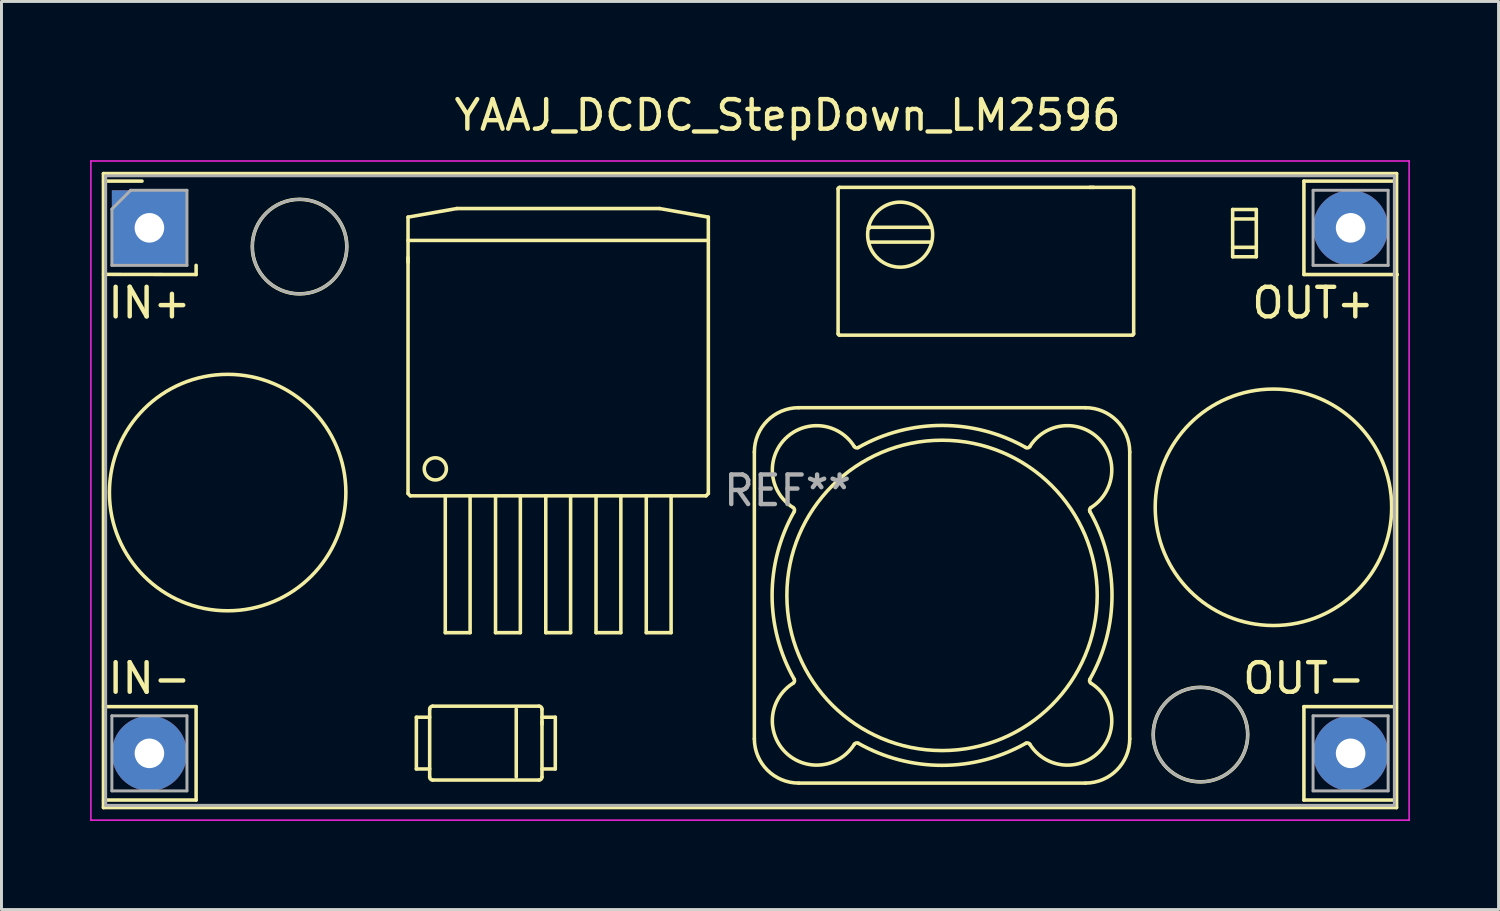
<source format=kicad_pcb>
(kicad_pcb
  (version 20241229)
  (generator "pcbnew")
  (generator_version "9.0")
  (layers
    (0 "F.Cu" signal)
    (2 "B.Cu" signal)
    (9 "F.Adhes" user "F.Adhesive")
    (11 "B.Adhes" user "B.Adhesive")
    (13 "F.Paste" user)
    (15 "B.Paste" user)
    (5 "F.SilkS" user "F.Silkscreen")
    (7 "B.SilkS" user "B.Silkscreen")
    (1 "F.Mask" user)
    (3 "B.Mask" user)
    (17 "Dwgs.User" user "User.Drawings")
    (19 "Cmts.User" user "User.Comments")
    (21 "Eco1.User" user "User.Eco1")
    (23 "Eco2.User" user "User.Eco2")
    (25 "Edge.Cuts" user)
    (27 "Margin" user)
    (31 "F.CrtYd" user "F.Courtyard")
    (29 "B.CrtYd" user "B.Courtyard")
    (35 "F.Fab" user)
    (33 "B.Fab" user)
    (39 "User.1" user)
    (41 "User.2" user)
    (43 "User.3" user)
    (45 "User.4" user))
  (footprint "YAAJ_DCDC_StepDown_LM2596"
    (layer "F.Cu")
    (at 2.005 4.658)
    (property "Reference" "YAAJ_DCDC_StepDown_LM2596" (at 21.59 -3.81 0) (layer "F.SilkS") (effects (font (size 1 1) (thickness 0.15))))
    (attr through_hole)
    (fp_line (start -1.555 -1.835) (end -1.555 19.615) (stroke (width 0.12) (type solid)) (layer "F.SilkS"))
    (fp_line (start -1.555 19.615) (end 42.195 19.615) (stroke (width 0.12) (type solid)) (layer "F.SilkS"))
    (fp_line (start -1.55 -1.58) (end -0.25 -1.58) (stroke (width 0.12) (type solid)) (layer "F.SilkS"))
    (fp_line (start -1.55 1.575) (end 1.58 1.58) (stroke (width 0.12) (type solid)) (layer "F.SilkS"))
    (fp_line (start -1.55 16.2) (end 1.58 16.2) (stroke (width 0.12) (type solid)) (layer "F.SilkS"))
    (fp_line (start -1.55 19.36) (end 1.58 19.36) (stroke (width 0.12) (type solid)) (layer "F.SilkS"))
    (fp_line (start 1.58 1.27) (end 1.58 1.58) (stroke (width 0.12) (type solid)) (layer "F.SilkS"))
    (fp_line (start 1.58 16.2) (end 1.58 19.36) (stroke (width 0.12) (type solid)) (layer "F.SilkS"))
    (fp_line (start 8.749 1.004) (end 8.749 1.166) (stroke (width 0.12) (type solid)) (layer "F.SilkS"))
    (fp_line (start 8.75 -0.362) (end 10.4 -0.653) (stroke (width 0.12) (type solid)) (layer "F.SilkS"))
    (fp_line (start 8.75 8.989) (end 8.75 -0.362) (stroke (width 0.12) (type solid)) (layer "F.SilkS"))
    (fp_line (start 8.75 8.989) (end 8.828 9.067) (stroke (width 0.12) (type solid)) (layer "F.SilkS"))
    (fp_line (start 8.828 9.067) (end 18.833 9.067) (stroke (width 0.12) (type solid)) (layer "F.SilkS"))
    (fp_line (start 9.032 16.558) (end 9.482 16.558) (stroke (width 0.12) (type solid)) (layer "F.SilkS"))
    (fp_line (start 9.032 18.308) (end 9.032 16.558) (stroke (width 0.12) (type solid)) (layer "F.SilkS"))
    (fp_line (start 9.482 18.308) (end 9.032 18.308) (stroke (width 0.12) (type solid)) (layer "F.SilkS"))
    (fp_line (start 9.482 18.583) (end 9.482 16.283) (stroke (width 0.12) (type solid)) (layer "F.SilkS"))
    (fp_line (start 9.582 16.183) (end 13.182 16.183) (stroke (width 0.12) (type solid)) (layer "F.SilkS"))
    (fp_line (start 10.01 13.697) (end 10.01 9.067) (stroke (width 0.12) (type solid)) (layer "F.SilkS"))
    (fp_line (start 10.01 13.697) (end 10.85 13.697) (stroke (width 0.12) (type solid)) (layer "F.SilkS"))
    (fp_line (start 10.4 -0.653) (end 17.26 -0.653) (stroke (width 0.12) (type solid)) (layer "F.SilkS"))
    (fp_line (start 10.85 13.697) (end 10.85 9.067) (stroke (width 0.12) (type solid)) (layer "F.SilkS"))
    (fp_line (start 11.71 13.697) (end 11.71 9.067) (stroke (width 0.12) (type solid)) (layer "F.SilkS"))
    (fp_line (start 11.71 13.697) (end 12.55 13.697) (stroke (width 0.12) (type solid)) (layer "F.SilkS"))
    (fp_line (start 12.411 16.283) (end 12.411 18.583) (stroke (width 0.12) (type solid)) (layer "F.SilkS"))
    (fp_line (start 12.55 13.697) (end 12.55 9.067) (stroke (width 0.12) (type solid)) (layer "F.SilkS"))
    (fp_line (start 13.182 18.683) (end 9.582 18.683) (stroke (width 0.12) (type solid)) (layer "F.SilkS"))
    (fp_line (start 13.282 16.283) (end 13.282 18.583) (stroke (width 0.12) (type solid)) (layer "F.SilkS"))
    (fp_line (start 13.282 16.558) (end 13.732 16.558) (stroke (width 0.12) (type solid)) (layer "F.SilkS"))
    (fp_line (start 13.283 16.795) (end 13.283 16.7) (stroke (width 0.12) (type solid)) (layer "F.SilkS"))
    (fp_line (start 13.41 13.697) (end 13.41 9.067) (stroke (width 0.12) (type solid)) (layer "F.SilkS"))
    (fp_line (start 13.41 13.697) (end 14.25 13.697) (stroke (width 0.12) (type solid)) (layer "F.SilkS"))
    (fp_line (start 13.732 16.558) (end 13.732 18.308) (stroke (width 0.12) (type solid)) (layer "F.SilkS"))
    (fp_line (start 13.732 18.308) (end 13.282 18.308) (stroke (width 0.12) (type solid)) (layer "F.SilkS"))
    (fp_line (start 14.25 13.697) (end 14.25 9.067) (stroke (width 0.12) (type solid)) (layer "F.SilkS"))
    (fp_line (start 15.11 13.697) (end 15.11 9.067) (stroke (width 0.12) (type solid)) (layer "F.SilkS"))
    (fp_line (start 15.11 13.697) (end 15.95 13.697) (stroke (width 0.12) (type solid)) (layer "F.SilkS"))
    (fp_line (start 15.95 13.697) (end 15.95 9.067) (stroke (width 0.12) (type solid)) (layer "F.SilkS"))
    (fp_line (start 16.81 13.697) (end 16.81 9.067) (stroke (width 0.12) (type solid)) (layer "F.SilkS"))
    (fp_line (start 16.81 13.697) (end 17.65 13.697) (stroke (width 0.12) (type solid)) (layer "F.SilkS"))
    (fp_line (start 17.26 -0.653) (end 18.91 -0.362) (stroke (width 0.12) (type solid)) (layer "F.SilkS"))
    (fp_line (start 17.65 13.697) (end 17.65 9.067) (stroke (width 0.12) (type solid)) (layer "F.SilkS"))
    (fp_line (start 18.833 9.067) (end 18.91 8.989) (stroke (width 0.12) (type solid)) (layer "F.SilkS"))
    (fp_line (start 18.91 0.427) (end 8.75 0.427) (stroke (width 0.12) (type solid)) (layer "F.SilkS"))
    (fp_line (start 18.91 8.989) (end 18.91 -0.362) (stroke (width 0.12) (type solid)) (layer "F.SilkS"))
    (fp_line (start 20.467 7.586) (end 20.467 17.286) (stroke (width 0.12) (type solid)) (layer "F.SilkS"))
    (fp_line (start 21.967 18.786) (end 31.667 18.786) (stroke (width 0.12) (type solid)) (layer "F.SilkS"))
    (fp_line (start 23.3 3.582) (end 23.3 -1.318) (stroke (width 0.12) (type solid)) (layer "F.SilkS"))
    (fp_line (start 23.35 -1.368) (end 33.25 -1.368) (stroke (width 0.12) (type solid)) (layer "F.SilkS"))
    (fp_line (start 24.336 -0.049) (end 24.361 -0.018) (stroke (width 0.12) (type solid)) (layer "F.SilkS"))
    (fp_line (start 24.349 0.007) (end 24.324 0.002) (stroke (width 0.12) (type solid)) (layer "F.SilkS"))
    (fp_line (start 24.349 0.007) (end 24.356 -0.024) (stroke (width 0.12) (type solid)) (layer "F.SilkS"))
    (fp_line (start 24.349 0.007) (end 24.361 -0.018) (stroke (width 0.12) (type solid)) (layer "F.SilkS"))
    (fp_line (start 24.361 0.482) (end 26.439 0.482) (stroke (width 0.12) (type solid)) (layer "F.SilkS"))
    (fp_line (start 26.439 -0.018) (end 24.361 -0.018) (stroke (width 0.12) (type solid)) (layer "F.SilkS"))
    (fp_line (start 31.667 6.086) (end 21.967 6.086) (stroke (width 0.12) (type solid)) (layer "F.SilkS"))
    (fp_line (start 31.859 -1.369) (end 31.814 -1.369) (stroke (width 0.12) (type solid)) (layer "F.SilkS"))
    (fp_line (start 31.942 -1.369) (end 31.908 -1.369) (stroke (width 0.12) (type solid)) (layer "F.SilkS"))
    (fp_line (start 33.167 17.286) (end 33.167 7.586) (stroke (width 0.12) (type solid)) (layer "F.SilkS"))
    (fp_line (start 33.25 3.632) (end 23.35 3.632) (stroke (width 0.12) (type solid)) (layer "F.SilkS"))
    (fp_line (start 33.3 -1.318) (end 33.3 3.582) (stroke (width 0.12) (type solid)) (layer "F.SilkS"))
    (fp_line (start 36.649 -0.3) (end 37.449 -0.3) (stroke (width 0.12) (type solid)) (layer "F.SilkS"))
    (fp_line (start 36.649 0.98) (end 36.649 -0.62) (stroke (width 0.12) (type solid)) (layer "F.SilkS"))
    (fp_line (start 37.449 -0.62) (end 36.649 -0.62) (stroke (width 0.12) (type solid)) (layer "F.SilkS"))
    (fp_line (start 37.449 -0.62) (end 37.449 0.98) (stroke (width 0.12) (type solid)) (layer "F.SilkS"))
    (fp_line (start 37.449 0.66) (end 36.649 0.66) (stroke (width 0.12) (type solid)) (layer "F.SilkS"))
    (fp_line (start 37.449 0.98) (end 36.649 0.98) (stroke (width 0.12) (type solid)) (layer "F.SilkS"))
    (fp_line (start 39.06 -1.58) (end 42.175 -1.58) (stroke (width 0.12) (type solid)) (layer "F.SilkS"))
    (fp_line (start 39.06 1.58) (end 39.06 -1.58) (stroke (width 0.12) (type solid)) (layer "F.SilkS"))
    (fp_line (start 39.06 1.58) (end 42.22 1.58) (stroke (width 0.12) (type solid)) (layer "F.SilkS"))
    (fp_line (start 39.06 16.2) (end 42.175 16.2) (stroke (width 0.12) (type solid)) (layer "F.SilkS"))
    (fp_line (start 39.06 19.36) (end 39.06 16.2) (stroke (width 0.12) (type solid)) (layer "F.SilkS"))
    (fp_line (start 39.06 19.36) (end 42.175 19.36) (stroke (width 0.12) (type solid)) (layer "F.SilkS"))
    (fp_line (start 42.195 -1.835) (end -1.555 -1.835) (stroke (width 0.12) (type solid)) (layer "F.SilkS"))
    (fp_line (start 42.195 19.615) (end 42.195 -1.835) (stroke (width 0.12) (type solid)) (layer "F.SilkS"))
    (fp_arc (start 9.481636 16.283217) (mid 9.510925 16.212506) (end 9.581636 16.183217) (stroke (width 0.12) (type solid)) (layer "F.SilkS"))
    (fp_arc (start 9.581636 18.683217) (mid 9.510925 18.653928) (end 9.481636 18.583217) (stroke (width 0.12) (type solid)) (layer "F.SilkS"))
    (fp_arc (start 13.181636 16.183217) (mid 13.252347 16.212506) (end 13.281636 16.283217) (stroke (width 0.12) (type solid)) (layer "F.SilkS"))
    (fp_arc (start 13.281636 18.583217) (mid 13.252347 18.653928) (end 13.181636 18.683217) (stroke (width 0.12) (type solid)) (layer "F.SilkS"))
    (fp_arc (start 20.467397 7.585796) (mid 20.906737 6.525136) (end 21.967397 6.085796) (stroke (width 0.12) (type solid)) (layer "F.SilkS"))
    (fp_arc (start 21.781131 9.46601) (mid 21.825145 9.526245) (end 21.815218 9.600183) (stroke (width 0.12) (type solid)) (layer "F.SilkS"))
    (fp_arc (start 21.781132 9.466011) (mid 21.514096 7.132496) (end 23.847611 7.399531) (stroke (width 0.12) (type solid)) (layer "F.SilkS"))
    (fp_arc (start 21.815217 15.271409) (mid 21.825145 15.345347) (end 21.781132 15.405582) (stroke (width 0.12) (type solid)) (layer "F.SilkS"))
    (fp_arc (start 21.815218 15.27141) (mid 21.067397 12.435797) (end 21.815218 9.600183) (stroke (width 0.12) (type solid)) (layer "F.SilkS"))
    (fp_arc (start 21.967397 18.785796) (mid 20.906737 18.346456) (end 20.467397 17.285796) (stroke (width 0.12) (type solid)) (layer "F.SilkS"))
    (fp_arc (start 23.299783 -1.317705) (mid 23.314428 -1.35306) (end 23.349783 -1.367705) (stroke (width 0.12) (type solid)) (layer "F.SilkS"))
    (fp_arc (start 23.349783 3.632294) (mid 23.314428 3.617649) (end 23.299783 3.582294) (stroke (width 0.12) (type solid)) (layer "F.SilkS"))
    (fp_arc (start 23.847611 17.472062) (mid 21.514096 17.739098) (end 21.781132 15.405582) (stroke (width 0.12) (type solid)) (layer "F.SilkS"))
    (fp_arc (start 23.847611 17.472062) (mid 23.907845 17.428049) (end 23.981783 17.437976) (stroke (width 0.12) (type solid)) (layer "F.SilkS"))
    (fp_arc (start 23.981783 7.433617) (mid 23.907845 7.443544) (end 23.847611 7.399531) (stroke (width 0.12) (type solid)) (layer "F.SilkS"))
    (fp_arc (start 23.981784 7.433617) (mid 26.817398 6.685796) (end 29.653011 7.433617) (stroke (width 0.12) (type solid)) (layer "F.SilkS"))
    (fp_arc (start 24.324148 0.462527) (mid 26.469609 -0.023574) (end 24.336385 0.51369) (stroke (width 0.12) (type solid)) (layer "F.SilkS"))
    (fp_arc (start 29.653011 17.437976) (mid 26.817397 18.185797) (end 23.981783 17.437976) (stroke (width 0.12) (type solid)) (layer "F.SilkS"))
    (fp_arc (start 29.653011 17.437976) (mid 29.726949 17.428049) (end 29.787183 17.472062) (stroke (width 0.12) (type solid)) (layer "F.SilkS"))
    (fp_arc (start 29.787183 7.399531) (mid 29.726949 7.443544) (end 29.653011 7.433617) (stroke (width 0.12) (type solid)) (layer "F.SilkS"))
    (fp_arc (start 29.787183 7.399531) (mid 32.120698 7.132495) (end 31.853662 9.466011) (stroke (width 0.12) (type solid)) (layer "F.SilkS"))
    (fp_arc (start 31.667397 6.085796) (mid 32.728057 6.525136) (end 33.167397 7.585796) (stroke (width 0.12) (type solid)) (layer "F.SilkS"))
    (fp_arc (start 31.819576 9.600183) (mid 32.567397 12.435797) (end 31.819576 15.27141) (stroke (width 0.12) (type solid)) (layer "F.SilkS"))
    (fp_arc (start 31.819577 9.600184) (mid 31.809649 9.526246) (end 31.853662 9.466011) (stroke (width 0.12) (type solid)) (layer "F.SilkS"))
    (fp_arc (start 31.853662 15.405582) (mid 32.120698 17.739097) (end 29.787183 17.472062) (stroke (width 0.12) (type solid)) (layer "F.SilkS"))
    (fp_arc (start 31.853663 15.405583) (mid 31.809649 15.345348) (end 31.819576 15.27141) (stroke (width 0.12) (type solid)) (layer "F.SilkS"))
    (fp_arc (start 33.167397 17.285796) (mid 32.728057 18.346456) (end 31.667397 18.785796) (stroke (width 0.12) (type solid)) (layer "F.SilkS"))
    (fp_arc (start 33.249783 -1.367705) (mid 33.285138 -1.35306) (end 33.299783 -1.317705) (stroke (width 0.12) (type solid)) (layer "F.SilkS"))
    (fp_arc (start 33.299783 3.582294) (mid 33.285138 3.617649) (end 33.249783 3.632294) (stroke (width 0.12) (type solid)) (layer "F.SilkS"))
    (fp_circle (center 2.647 8.957) (end 6.647 8.957) (stroke (width 0.12) (type solid)) (fill no) (layer "F.SilkS"))
    (fp_circle (center 5.08 0.635) (end 6.679 0.635) (stroke (width 0.12) (type solid)) (fill no) (layer "F.SilkS"))
    (fp_circle (center 9.673 8.155) (end 10.048 8.155) (stroke (width 0.12) (type solid)) (fill no) (layer "F.SilkS"))
    (fp_circle (center 26.817 12.436) (end 32.067 12.436) (stroke (width 0.12) (type solid)) (fill no) (layer "F.SilkS"))
    (fp_circle (center 35.56 17.145) (end 37.159 17.145) (stroke (width 0.12) (type solid)) (fill no) (layer "F.SilkS"))
    (fp_circle (center 38.029 9.455) (end 42.029 9.455) (stroke (width 0.12) (type solid)) (fill no) (layer "F.SilkS"))
    (fp_line (start -1.98 -2.26) (end 42.62 -2.26) (stroke (width 0.05) (type solid)) (layer "F.CrtYd"))
    (fp_line (start -1.98 20.04) (end -1.98 -2.26) (stroke (width 0.05) (type solid)) (layer "F.CrtYd"))
    (fp_line (start 42.62 -2.26) (end 42.62 20.04) (stroke (width 0.05) (type solid)) (layer "F.CrtYd"))
    (fp_line (start 42.62 20.04) (end -1.98 20.04) (stroke (width 0.05) (type solid)) (layer "F.CrtYd"))
    (fp_line (start -1.48 -1.76) (end -1.48 19.54) (stroke (width 0.1) (type solid)) (layer "F.Fab"))
    (fp_line (start -1.48 19.54) (end 42.12 19.54) (stroke (width 0.1) (type solid)) (layer "F.Fab"))
    (fp_line (start -1.27 -0.635) (end -0.635 -1.27) (stroke (width 0.1) (type solid)) (layer "F.Fab"))
    (fp_line (start -1.27 1.27) (end -1.27 -0.635) (stroke (width 0.1) (type solid)) (layer "F.Fab"))
    (fp_line (start -1.27 16.51) (end 1.27 16.51) (stroke (width 0.1) (type solid)) (layer "F.Fab"))
    (fp_line (start -1.27 19.05) (end -1.27 16.51) (stroke (width 0.1) (type solid)) (layer "F.Fab"))
    (fp_line (start -0.635 -1.27) (end 1.27 -1.27) (stroke (width 0.1) (type solid)) (layer "F.Fab"))
    (fp_line (start 1.27 -1.27) (end 1.27 1.27) (stroke (width 0.1) (type solid)) (layer "F.Fab"))
    (fp_line (start 1.27 1.27) (end -1.27 1.27) (stroke (width 0.1) (type solid)) (layer "F.Fab"))
    (fp_line (start 1.27 16.51) (end 1.27 19.05) (stroke (width 0.1) (type solid)) (layer "F.Fab"))
    (fp_line (start 1.27 19.05) (end -1.27 19.05) (stroke (width 0.1) (type solid)) (layer "F.Fab"))
    (fp_line (start 39.37 -1.27) (end 41.91 -1.27) (stroke (width 0.1) (type solid)) (layer "F.Fab"))
    (fp_line (start 39.37 1.27) (end 39.37 -1.27) (stroke (width 0.1) (type solid)) (layer "F.Fab"))
    (fp_line (start 39.37 16.51) (end 41.91 16.51) (stroke (width 0.1) (type solid)) (layer "F.Fab"))
    (fp_line (start 39.37 19.05) (end 39.37 16.51) (stroke (width 0.1) (type solid)) (layer "F.Fab"))
    (fp_line (start 41.91 -1.27) (end 41.91 1.27) (stroke (width 0.1) (type solid)) (layer "F.Fab"))
    (fp_line (start 41.91 1.27) (end 39.37 1.27) (stroke (width 0.1) (type solid)) (layer "F.Fab"))
    (fp_line (start 41.91 16.51) (end 41.91 19.05) (stroke (width 0.1) (type solid)) (layer "F.Fab"))
    (fp_line (start 41.91 19.05) (end 39.37 19.05) (stroke (width 0.1) (type solid)) (layer "F.Fab"))
    (fp_line (start 42.12 -1.76) (end -1.48 -1.76) (stroke (width 0.1) (type solid)) (layer "F.Fab"))
    (fp_line (start 42.12 19.54) (end 42.12 -1.76) (stroke (width 0.1) (type solid)) (layer "F.Fab"))
    (fp_circle (center 5.08 0.635) (end 6.679 0.635) (stroke (width 0.1) (type solid)) (fill no) (layer "F.Fab"))
    (fp_circle (center 35.56 17.145) (end 37.159 17.145) (stroke (width 0.1) (type solid)) (fill no) (layer "F.Fab"))
    (fp_text user "OUT-" (at 39.06 15.24 0) (unlocked yes) (layer "F.SilkS") (effects (font (size 1 1) (thickness 0.15))))
    (fp_text user "OUT+" (at 39.37 2.54 0) (unlocked yes) (layer "F.SilkS") (effects (font (size 1 1) (thickness 0.15))))
    (fp_text user "IN-" (at 0 15.24 0) (unlocked yes) (layer "F.SilkS") (effects (font (size 1 1) (thickness 0.15))))
    (fp_text user "IN+" (at 0 2.54 0) (unlocked yes) (layer "F.SilkS") (effects (font (size 1 1) (thickness 0.15))))
    (fp_text user "REF**" (at 21.59 8.89 0) (layer "F.Fab") (effects (font (size 1 1) (thickness 0.15))))
    (pad "1" thru_hole rect (at 0 0) (size 2.54 2.54) (drill 1) (layers "*.Cu" "*.Mask"))
    (pad "2" thru_hole circle (at 0 17.78) (size 2.54 2.54) (drill 1) (layers "*.Cu" "*.Mask"))
    (pad "3" thru_hole circle (at 40.64 17.78) (size 2.54 2.54) (drill 1) (layers "*.Cu" "*.Mask"))
    (pad "4" thru_hole circle (at 40.64 0) (size 2.54 2.54) (drill 1) (layers "*.Cu" "*.Mask")))
  (gr_rect
    (start -3 -3)
    (end 47.65 27.723)
    (stroke (width 0.1) (type default))
    (fill no)
    (layer "Edge.Cuts")))
</source>
